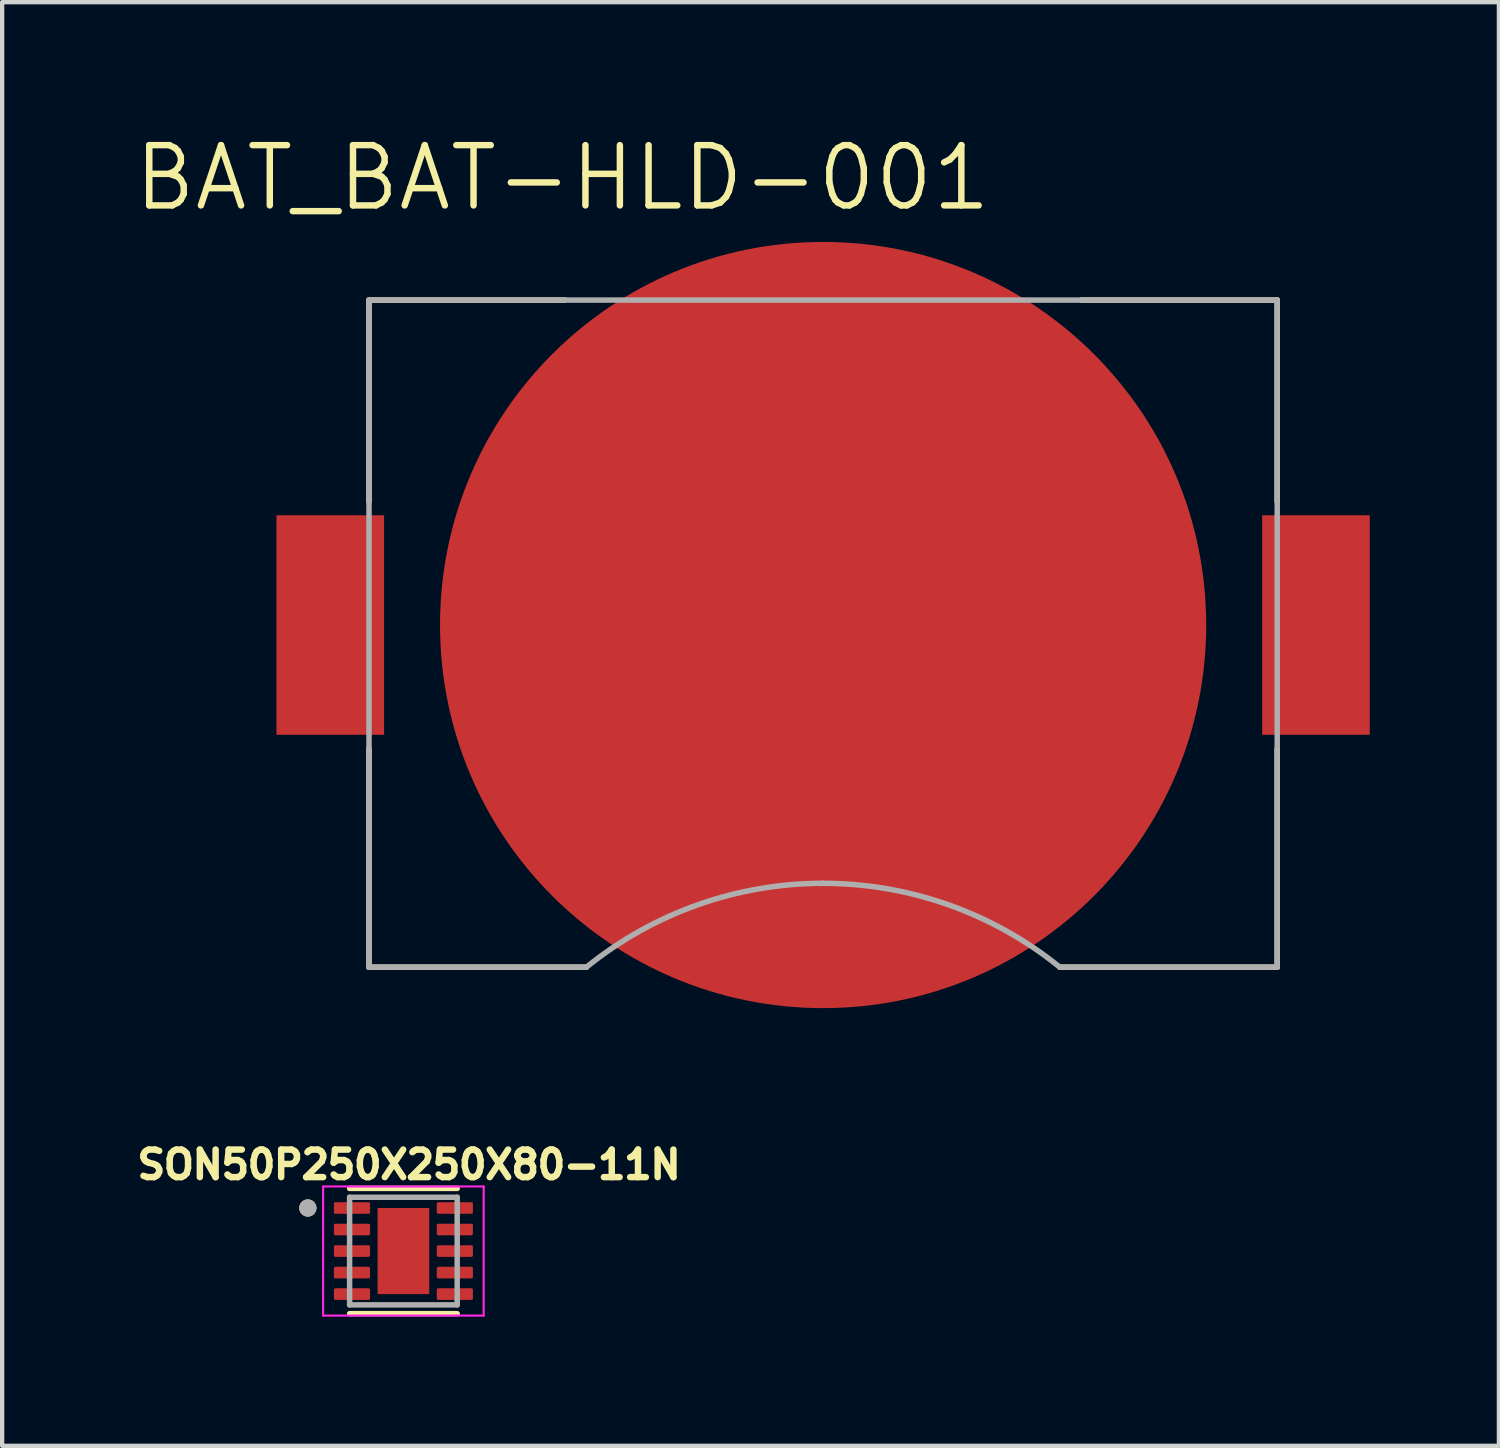
<source format=kicad_pcb>
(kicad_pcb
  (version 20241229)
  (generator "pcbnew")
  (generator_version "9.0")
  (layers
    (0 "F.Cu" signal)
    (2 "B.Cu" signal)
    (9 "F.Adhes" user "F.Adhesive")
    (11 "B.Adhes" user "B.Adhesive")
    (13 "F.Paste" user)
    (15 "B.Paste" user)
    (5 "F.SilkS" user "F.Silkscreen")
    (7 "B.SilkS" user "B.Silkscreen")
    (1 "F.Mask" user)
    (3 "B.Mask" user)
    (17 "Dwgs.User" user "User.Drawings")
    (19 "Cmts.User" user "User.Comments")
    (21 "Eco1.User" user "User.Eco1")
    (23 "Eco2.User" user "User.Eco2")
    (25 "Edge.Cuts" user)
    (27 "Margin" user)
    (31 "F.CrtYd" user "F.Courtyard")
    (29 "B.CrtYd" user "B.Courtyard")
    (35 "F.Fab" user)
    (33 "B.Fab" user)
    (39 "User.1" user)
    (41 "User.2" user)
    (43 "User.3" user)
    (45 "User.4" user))
  (footprint "BAT_BAT-HLD-001"
    (layer "F.Cu")
    (at 16.073 11.471)
    (property "Reference" "BAT_BAT-HLD-001" (at -6.055 -10.389 0) (layer "F.SilkS") (effects (font (size 1.4 1.4) (thickness 0.15))))
    (attr smd)
    (fp_line (start -10.55 -7.55) (end -6 -7.55) (stroke (width 0.127) (type solid)) (layer "F.SilkS"))
    (fp_line (start -10.55 -2.87) (end -10.55 -7.55) (stroke (width 0.127) (type solid)) (layer "F.SilkS"))
    (fp_line (start -10.55 2.87) (end -10.55 7.95) (stroke (width 0.127) (type solid)) (layer "F.SilkS"))
    (fp_line (start -10.55 7.95) (end -5.5 7.95) (stroke (width 0.127) (type solid)) (layer "F.SilkS"))
    (fp_line (start 5.5 7.95) (end 10.55 7.95) (stroke (width 0.127) (type solid)) (layer "F.SilkS"))
    (fp_line (start 6 -7.55) (end 10.55 -7.55) (stroke (width 0.127) (type solid)) (layer "F.SilkS"))
    (fp_line (start 10.55 -7.55) (end 10.55 -2.87) (stroke (width 0.127) (type solid)) (layer "F.SilkS"))
    (fp_line (start 10.55 7.95) (end 10.55 2.87) (stroke (width 0.127) (type solid)) (layer "F.SilkS"))
    (fp_line (start -10.55 -7.55) (end 10.55 -7.55) (stroke (width 0.127) (type solid)) (layer "F.Fab"))
    (fp_line (start -10.55 7.95) (end -10.55 -7.55) (stroke (width 0.127) (type solid)) (layer "F.Fab"))
    (fp_line (start -5.5 7.95) (end -10.55 7.95) (stroke (width 0.127) (type solid)) (layer "F.Fab"))
    (fp_line (start 10.55 -7.55) (end 10.55 7.95) (stroke (width 0.127) (type solid)) (layer "F.Fab"))
    (fp_line (start 10.55 7.95) (end 5.5 7.95) (stroke (width 0.127) (type solid)) (layer "F.Fab"))
    (fp_arc (start -5.5 7.95) (mid -2.917726 6.501926) (end 0 6) (stroke (width 0.127) (type solid)) (layer "F.Fab"))
    (fp_arc (start 0 6) (mid 2.917726 6.501926) (end 5.5 7.95) (stroke (width 0.127) (type solid)) (layer "F.Fab"))
    (pad "N1" smd circle (at 0 0) (size 17.8 17.8) (layers "F.Cu" "F.Mask"))
    (pad "P1" smd rect (at -11.45 0) (size 2.5 5.1) (layers "F.Cu" "F.Mask" "F.Paste"))
    (pad "P2" smd rect (at 11.45 0) (size 2.5 5.1) (layers "F.Cu" "F.Mask" "F.Paste")))
  (footprint "SON50P250X250X80-11N"
    (layer "F.Cu")
    (at 6.322 26.015)
    (property "Reference" "SON50P250X250X80-11N" (at 0.132 -2.006 0) (layer "F.SilkS") (effects (font (size 0.64 0.64) (thickness 0.15))))
    (attr smd)
    (fp_line (start -1.25 -1.455) (end 1.25 -1.455) (stroke (width 0.127) (type solid)) (layer "F.SilkS"))
    (fp_line (start -1.25 1.455) (end 1.25 1.455) (stroke (width 0.127) (type solid)) (layer "F.SilkS"))
    (fp_circle (center -2.22 -1) (end -2.12 -1) (stroke (width 0.2) (type solid)) (fill no) (layer "F.SilkS"))
    (fp_poly (pts (xy -0.379 -0.632) (xy 0.379 -0.632) (xy 0.379 0.632) (xy -0.379 0.632)) (stroke (width 0.01) (type solid)) (fill yes) (layer "F.Paste"))
    (fp_line (start -1.865 -1.5) (end -1.865 1.5) (stroke (width 0.05) (type solid)) (layer "F.CrtYd"))
    (fp_line (start -1.865 -1.5) (end 1.865 -1.5) (stroke (width 0.05) (type solid)) (layer "F.CrtYd"))
    (fp_line (start -1.865 1.5) (end 1.865 1.5) (stroke (width 0.05) (type solid)) (layer "F.CrtYd"))
    (fp_line (start 1.865 -1.5) (end 1.865 1.5) (stroke (width 0.05) (type solid)) (layer "F.CrtYd"))
    (fp_line (start -1.25 -1.25) (end -1.25 1.25) (stroke (width 0.127) (type solid)) (layer "F.Fab"))
    (fp_line (start -1.25 -1.25) (end 1.25 -1.25) (stroke (width 0.127) (type solid)) (layer "F.Fab"))
    (fp_line (start -1.25 1.25) (end 1.25 1.25) (stroke (width 0.127) (type solid)) (layer "F.Fab"))
    (fp_line (start 1.25 -1.25) (end 1.25 1.25) (stroke (width 0.127) (type solid)) (layer "F.Fab"))
    (fp_circle (center -2.22 -1) (end -2.12 -1) (stroke (width 0.2) (type solid)) (fill no) (layer "F.Fab"))
    (pad "1" smd roundrect (at -1.195 -1) (size 0.84 0.27) (layers "F.Cu" "F.Mask" "F.Paste") (roundrect_rratio 0.125))
    (pad "2" smd roundrect (at -1.195 -0.5) (size 0.84 0.27) (layers "F.Cu" "F.Mask" "F.Paste") (roundrect_rratio 0.125))
    (pad "3" smd roundrect (at -1.195 0) (size 0.84 0.27) (layers "F.Cu" "F.Mask" "F.Paste") (roundrect_rratio 0.125))
    (pad "4" smd roundrect (at -1.195 0.5) (size 0.84 0.27) (layers "F.Cu" "F.Mask" "F.Paste") (roundrect_rratio 0.125))
    (pad "5" smd roundrect (at -1.195 1) (size 0.84 0.27) (layers "F.Cu" "F.Mask" "F.Paste") (roundrect_rratio 0.125))
    (pad "6" smd roundrect (at 1.195 1) (size 0.84 0.27) (layers "F.Cu" "F.Mask" "F.Paste") (roundrect_rratio 0.125))
    (pad "7" smd roundrect (at 1.195 0.5) (size 0.84 0.27) (layers "F.Cu" "F.Mask" "F.Paste") (roundrect_rratio 0.125))
    (pad "8" smd roundrect (at 1.195 0) (size 0.84 0.27) (layers "F.Cu" "F.Mask" "F.Paste") (roundrect_rratio 0.125))
    (pad "9" smd roundrect (at 1.195 -0.5) (size 0.84 0.27) (layers "F.Cu" "F.Mask" "F.Paste") (roundrect_rratio 0.125))
    (pad "10" smd roundrect (at 1.195 -1) (size 0.84 0.27) (layers "F.Cu" "F.Mask" "F.Paste") (roundrect_rratio 0.125))
    (pad "11" smd rect (at 0 0) (size 1.2 2) (layers "F.Cu" "F.Mask")))
  (gr_rect
    (start -3 -3)
    (end 31.773 30.54)
    (stroke (width 0.1) (type default))
    (fill no)
    (layer "Edge.Cuts")))
</source>
